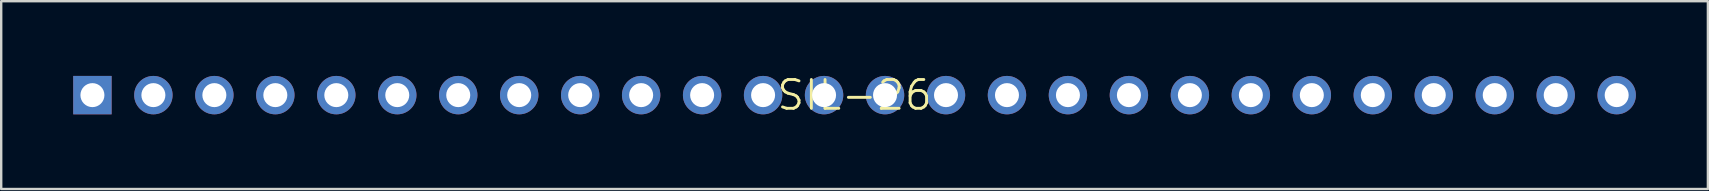
<source format=kicad_pcb>
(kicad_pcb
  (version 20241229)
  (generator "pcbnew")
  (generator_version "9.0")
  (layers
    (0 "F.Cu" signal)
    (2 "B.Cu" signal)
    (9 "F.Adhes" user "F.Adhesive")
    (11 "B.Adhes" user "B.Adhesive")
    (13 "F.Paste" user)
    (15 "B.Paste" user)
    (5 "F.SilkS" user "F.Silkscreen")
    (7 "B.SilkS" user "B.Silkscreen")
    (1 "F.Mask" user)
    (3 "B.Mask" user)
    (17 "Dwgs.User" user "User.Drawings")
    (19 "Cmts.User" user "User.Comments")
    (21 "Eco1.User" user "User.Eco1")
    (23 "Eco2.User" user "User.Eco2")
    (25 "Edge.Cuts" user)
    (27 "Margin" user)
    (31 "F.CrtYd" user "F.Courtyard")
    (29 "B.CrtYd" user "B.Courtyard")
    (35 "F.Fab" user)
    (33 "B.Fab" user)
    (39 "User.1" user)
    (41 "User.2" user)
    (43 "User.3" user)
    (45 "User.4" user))
  (footprint "SIL-26"
    (layer "F.Cu")
    (at 32.55 0.913)
    (property "Reference" "SIL-26" (at 0 0 0) (layer "F.SilkS") (effects (font (size 1.2 1.2) (thickness 0.12))))
    (attr through_hole)
    (pad "1" thru_hole rect (at -31.75 0) (size 1.6 1.6) (drill 1) (layers "*.Cu" "*.Mask"))
    (pad "2" thru_hole circle (at -29.21 0) (size 1.6 1.6) (drill 1) (layers "*.Cu" "*.Mask"))
    (pad "3" thru_hole circle (at -26.67 0) (size 1.6 1.6) (drill 1) (layers "*.Cu" "*.Mask"))
    (pad "4" thru_hole circle (at -24.13 0) (size 1.6 1.6) (drill 1) (layers "*.Cu" "*.Mask"))
    (pad "5" thru_hole circle (at -21.59 0) (size 1.6 1.6) (drill 1) (layers "*.Cu" "*.Mask"))
    (pad "6" thru_hole circle (at -19.05 0) (size 1.6 1.6) (drill 1) (layers "*.Cu" "*.Mask"))
    (pad "7" thru_hole circle (at -16.51 0) (size 1.6 1.6) (drill 1) (layers "*.Cu" "*.Mask"))
    (pad "8" thru_hole circle (at -13.97 0) (size 1.6 1.6) (drill 1) (layers "*.Cu" "*.Mask"))
    (pad "9" thru_hole circle (at -11.43 0) (size 1.6 1.6) (drill 1) (layers "*.Cu" "*.Mask"))
    (pad "10" thru_hole circle (at -8.89 0) (size 1.6 1.6) (drill 1) (layers "*.Cu" "*.Mask"))
    (pad "11" thru_hole circle (at -6.35 0) (size 1.6 1.6) (drill 1) (layers "*.Cu" "*.Mask"))
    (pad "12" thru_hole circle (at -3.81 0) (size 1.6 1.6) (drill 1) (layers "*.Cu" "*.Mask"))
    (pad "13" thru_hole circle (at -1.27 0) (size 1.6 1.6) (drill 1) (layers "*.Cu" "*.Mask"))
    (pad "14" thru_hole circle (at 1.27 0) (size 1.6 1.6) (drill 1) (layers "*.Cu" "*.Mask"))
    (pad "15" thru_hole circle (at 3.81 0) (size 1.6 1.6) (drill 1) (layers "*.Cu" "*.Mask"))
    (pad "16" thru_hole circle (at 6.35 0) (size 1.6 1.6) (drill 1) (layers "*.Cu" "*.Mask"))
    (pad "17" thru_hole circle (at 8.89 0) (size 1.6 1.6) (drill 1) (layers "*.Cu" "*.Mask"))
    (pad "18" thru_hole circle (at 11.43 0) (size 1.6 1.6) (drill 1) (layers "*.Cu" "*.Mask"))
    (pad "19" thru_hole circle (at 13.97 0) (size 1.6 1.6) (drill 1) (layers "*.Cu" "*.Mask"))
    (pad "20" thru_hole circle (at 16.51 0) (size 1.6 1.6) (drill 1) (layers "*.Cu" "*.Mask"))
    (pad "21" thru_hole circle (at 19.05 0) (size 1.6 1.6) (drill 1) (layers "*.Cu" "*.Mask"))
    (pad "22" thru_hole circle (at 21.59 0) (size 1.6 1.6) (drill 1) (layers "*.Cu" "*.Mask"))
    (pad "23" thru_hole circle (at 24.13 0) (size 1.6 1.6) (drill 1) (layers "*.Cu" "*.Mask"))
    (pad "24" thru_hole circle (at 26.67 0) (size 1.6 1.6) (drill 1) (layers "*.Cu" "*.Mask"))
    (pad "25" thru_hole circle (at 29.21 0) (size 1.6 1.6) (drill 1) (layers "*.Cu" "*.Mask"))
    (pad "26" thru_hole circle (at 31.75 0) (size 1.6 1.6) (drill 1) (layers "*.Cu" "*.Mask")))
  (gr_rect
    (start -3 -3)
    (end 68.1 4.825)
    (stroke (width 0.1) (type default))
    (fill no)
    (layer "Edge.Cuts")))
</source>
